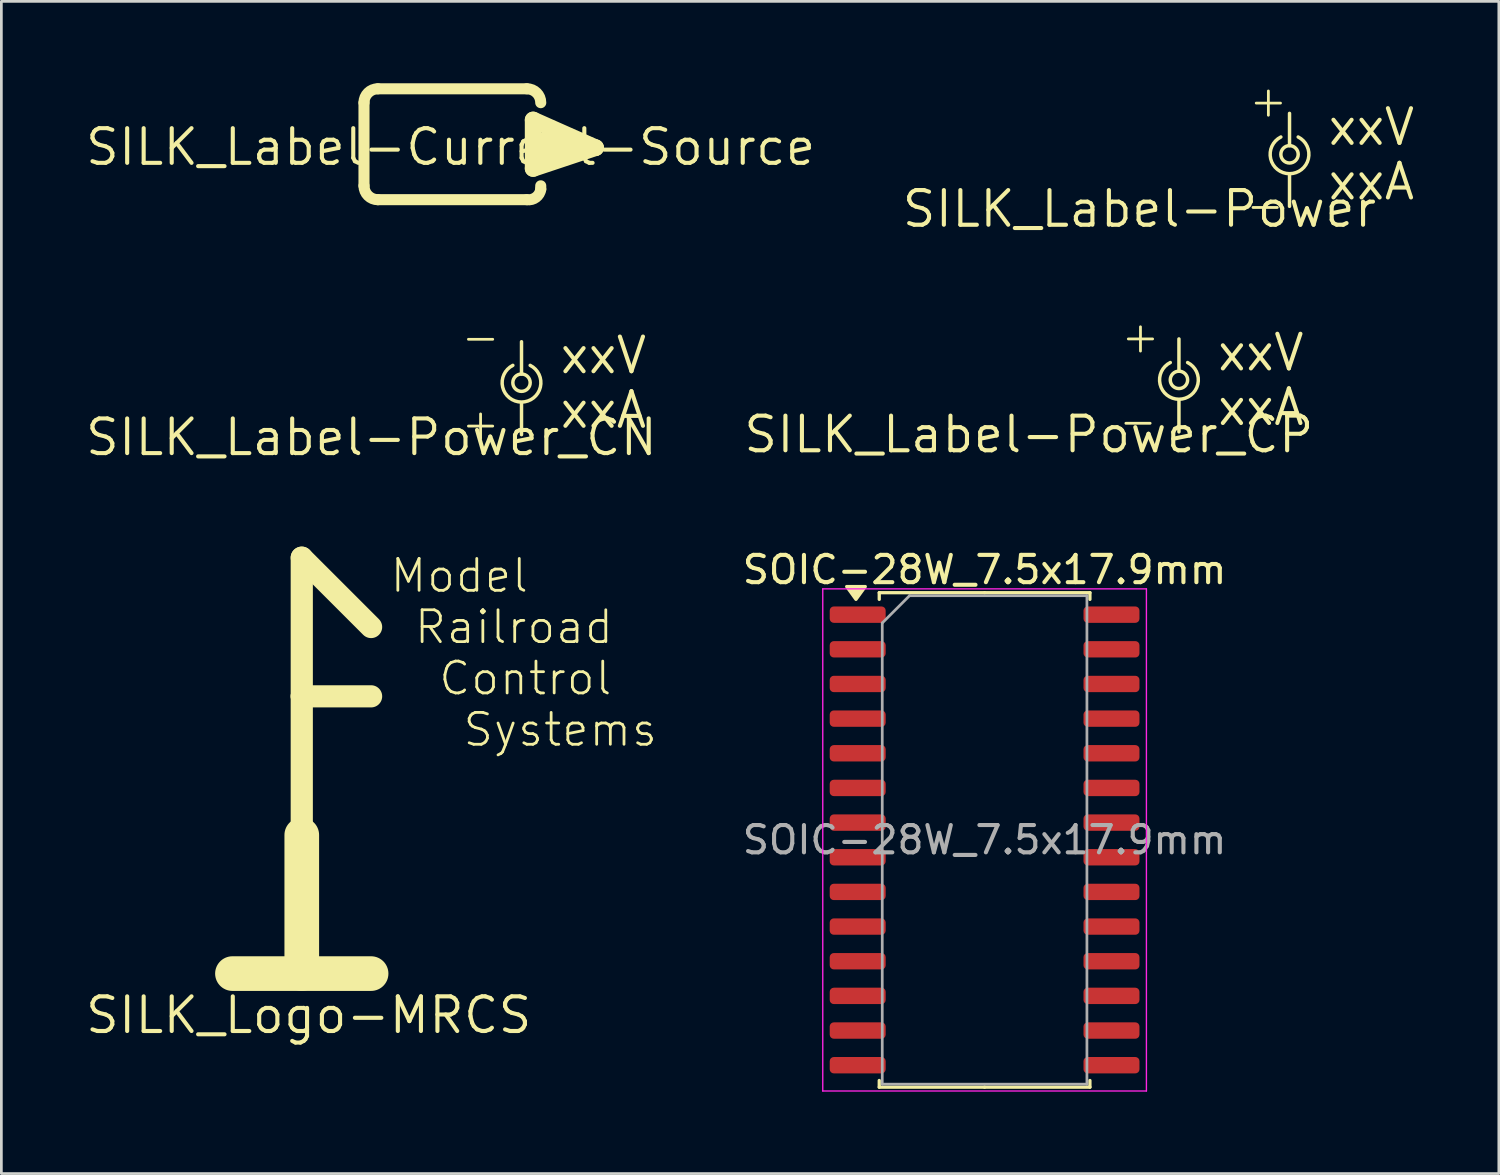
<source format=kicad_pcb>
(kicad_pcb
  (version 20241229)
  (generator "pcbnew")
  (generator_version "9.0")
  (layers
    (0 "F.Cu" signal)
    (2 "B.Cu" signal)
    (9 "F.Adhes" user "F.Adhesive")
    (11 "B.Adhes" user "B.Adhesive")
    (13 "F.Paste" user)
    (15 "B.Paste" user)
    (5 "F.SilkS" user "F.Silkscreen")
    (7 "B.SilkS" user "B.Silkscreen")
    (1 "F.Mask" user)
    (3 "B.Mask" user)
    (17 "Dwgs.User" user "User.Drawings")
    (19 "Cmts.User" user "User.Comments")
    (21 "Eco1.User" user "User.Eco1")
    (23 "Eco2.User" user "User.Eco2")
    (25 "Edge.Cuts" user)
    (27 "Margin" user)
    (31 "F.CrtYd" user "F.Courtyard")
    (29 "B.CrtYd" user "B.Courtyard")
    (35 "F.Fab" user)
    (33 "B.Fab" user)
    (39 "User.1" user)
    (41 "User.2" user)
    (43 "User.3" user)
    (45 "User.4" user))
  (footprint "SILK_Logo-MRCS"
    (layer "F.Cu")
    (at 8.008 32.626)
    (property "Reference" "SILK_Logo-MRCS" (at 0.254 1.524 0) (layer "F.SilkS") (effects (font (size 1.27 1.27) (thickness 0.15))))
    (attr exclude_from_pos_files exclude_from_bom allow_missing_courtyard dnp)
    (fp_line (start 0 -15.24) (end 2.54 -12.7) (stroke (width 0.813) (type solid)) (layer "F.SilkS"))
    (fp_line (start 0 -10.16) (end 0 -15.24) (stroke (width 0.813) (type solid)) (layer "F.SilkS"))
    (fp_line (start 0 -10.16) (end 2.54 -10.16) (stroke (width 0.813) (type solid)) (layer "F.SilkS"))
    (fp_line (start 0 -5.08) (end 0 -10.16) (stroke (width 0.813) (type solid)) (layer "F.SilkS"))
    (fp_line (start 0 0) (end 0 -5.08) (stroke (width 1.27) (type solid)) (layer "F.SilkS"))
    (fp_line (start 2.54 0) (end -2.54 0) (stroke (width 1.27) (type solid)) (layer "F.SilkS"))
    (fp_text user "Model\n Railroad\n  Control\n   Systems" (at 3.175 -8.255 0) (unlocked yes) (layer "F.SilkS") (effects (font (size 1.168 1.168) (thickness 0.102)) (justify left bottom))))
  (footprint "SOIC-28W_7.5x17.9mm"
    (layer "F.Cu")
    (at 33.029 27.728)
    (property "Reference" "SOIC-28W_7.5x17.9mm" (at 0 -9.9 0) (layer "F.SilkS") (effects (font (size 1 1) (thickness 0.15))))
    (attr smd)
    (fp_line (start -3.86 -9.06) (end -3.86 -8.815) (stroke (width 0.12) (type solid)) (layer "F.SilkS"))
    (fp_line (start -3.86 9.06) (end -3.86 8.815) (stroke (width 0.12) (type solid)) (layer "F.SilkS"))
    (fp_line (start 0 -9.06) (end -3.86 -9.06) (stroke (width 0.12) (type solid)) (layer "F.SilkS"))
    (fp_line (start 0 -9.06) (end 3.86 -9.06) (stroke (width 0.12) (type solid)) (layer "F.SilkS"))
    (fp_line (start 0 9.06) (end -3.86 9.06) (stroke (width 0.12) (type solid)) (layer "F.SilkS"))
    (fp_line (start 0 9.06) (end 3.86 9.06) (stroke (width 0.12) (type solid)) (layer "F.SilkS"))
    (fp_line (start 3.86 -9.06) (end 3.86 -8.815) (stroke (width 0.12) (type solid)) (layer "F.SilkS"))
    (fp_line (start 3.86 9.06) (end 3.86 8.815) (stroke (width 0.12) (type solid)) (layer "F.SilkS"))
    (fp_poly (pts (xy -4.713 -8.815) (xy -5.053 -9.285) (xy -4.372 -9.285) (xy -4.713 -8.815)) (stroke (width 0.12) (type solid)) (fill yes) (layer "F.SilkS"))
    (fp_line (start -5.93 -9.2) (end -5.93 9.2) (stroke (width 0.05) (type solid)) (layer "F.CrtYd"))
    (fp_line (start -5.93 9.2) (end 5.93 9.2) (stroke (width 0.05) (type solid)) (layer "F.CrtYd"))
    (fp_line (start 5.93 -9.2) (end -5.93 -9.2) (stroke (width 0.05) (type solid)) (layer "F.CrtYd"))
    (fp_line (start 5.93 9.2) (end 5.93 -9.2) (stroke (width 0.05) (type solid)) (layer "F.CrtYd"))
    (fp_line (start -3.75 -7.95) (end -2.75 -8.95) (stroke (width 0.1) (type solid)) (layer "F.Fab"))
    (fp_line (start -3.75 8.95) (end -3.75 -7.95) (stroke (width 0.1) (type solid)) (layer "F.Fab"))
    (fp_line (start -2.75 -8.95) (end 3.75 -8.95) (stroke (width 0.1) (type solid)) (layer "F.Fab"))
    (fp_line (start 3.75 -8.95) (end 3.75 8.95) (stroke (width 0.1) (type solid)) (layer "F.Fab"))
    (fp_line (start 3.75 8.95) (end -3.75 8.95) (stroke (width 0.1) (type solid)) (layer "F.Fab"))
    (fp_text user "${REFERENCE}" (at 0 0 0) (layer "F.Fab") (effects (font (size 1 1) (thickness 0.15))))
    (pad "1" smd roundrect (at -4.65 -8.255) (size 2.05 0.6) (layers "F.Cu" "F.Mask" "F.Paste") (roundrect_rratio 0.25))
    (pad "2" smd roundrect (at -4.65 -6.985) (size 2.05 0.6) (layers "F.Cu" "F.Mask" "F.Paste") (roundrect_rratio 0.25))
    (pad "3" smd roundrect (at -4.65 -5.715) (size 2.05 0.6) (layers "F.Cu" "F.Mask" "F.Paste") (roundrect_rratio 0.25))
    (pad "4" smd roundrect (at -4.65 -4.445) (size 2.05 0.6) (layers "F.Cu" "F.Mask" "F.Paste") (roundrect_rratio 0.25))
    (pad "5" smd roundrect (at -4.65 -3.175) (size 2.05 0.6) (layers "F.Cu" "F.Mask" "F.Paste") (roundrect_rratio 0.25))
    (pad "6" smd roundrect (at -4.65 -1.905) (size 2.05 0.6) (layers "F.Cu" "F.Mask" "F.Paste") (roundrect_rratio 0.25))
    (pad "7" smd roundrect (at -4.65 -0.635) (size 2.05 0.6) (layers "F.Cu" "F.Mask" "F.Paste") (roundrect_rratio 0.25))
    (pad "8" smd roundrect (at -4.65 0.635) (size 2.05 0.6) (layers "F.Cu" "F.Mask" "F.Paste") (roundrect_rratio 0.25))
    (pad "9" smd roundrect (at -4.65 1.905) (size 2.05 0.6) (layers "F.Cu" "F.Mask" "F.Paste") (roundrect_rratio 0.25))
    (pad "10" smd roundrect (at -4.65 3.175) (size 2.05 0.6) (layers "F.Cu" "F.Mask" "F.Paste") (roundrect_rratio 0.25))
    (pad "11" smd roundrect (at -4.65 4.445) (size 2.05 0.6) (layers "F.Cu" "F.Mask" "F.Paste") (roundrect_rratio 0.25))
    (pad "12" smd roundrect (at -4.65 5.715) (size 2.05 0.6) (layers "F.Cu" "F.Mask" "F.Paste") (roundrect_rratio 0.25))
    (pad "13" smd roundrect (at -4.65 6.985) (size 2.05 0.6) (layers "F.Cu" "F.Mask" "F.Paste") (roundrect_rratio 0.25))
    (pad "14" smd roundrect (at -4.65 8.255) (size 2.05 0.6) (layers "F.Cu" "F.Mask" "F.Paste") (roundrect_rratio 0.25))
    (pad "15" smd roundrect (at 4.65 8.255) (size 2.05 0.6) (layers "F.Cu" "F.Mask" "F.Paste") (roundrect_rratio 0.25))
    (pad "16" smd roundrect (at 4.65 6.985) (size 2.05 0.6) (layers "F.Cu" "F.Mask" "F.Paste") (roundrect_rratio 0.25))
    (pad "17" smd roundrect (at 4.65 5.715) (size 2.05 0.6) (layers "F.Cu" "F.Mask" "F.Paste") (roundrect_rratio 0.25))
    (pad "18" smd roundrect (at 4.65 4.445) (size 2.05 0.6) (layers "F.Cu" "F.Mask" "F.Paste") (roundrect_rratio 0.25))
    (pad "19" smd roundrect (at 4.65 3.175) (size 2.05 0.6) (layers "F.Cu" "F.Mask" "F.Paste") (roundrect_rratio 0.25))
    (pad "20" smd roundrect (at 4.65 1.905) (size 2.05 0.6) (layers "F.Cu" "F.Mask" "F.Paste") (roundrect_rratio 0.25))
    (pad "21" smd roundrect (at 4.65 0.635) (size 2.05 0.6) (layers "F.Cu" "F.Mask" "F.Paste") (roundrect_rratio 0.25))
    (pad "22" smd roundrect (at 4.65 -0.635) (size 2.05 0.6) (layers "F.Cu" "F.Mask" "F.Paste") (roundrect_rratio 0.25))
    (pad "23" smd roundrect (at 4.65 -1.905) (size 2.05 0.6) (layers "F.Cu" "F.Mask" "F.Paste") (roundrect_rratio 0.25))
    (pad "24" smd roundrect (at 4.65 -3.175) (size 2.05 0.6) (layers "F.Cu" "F.Mask" "F.Paste") (roundrect_rratio 0.25))
    (pad "25" smd roundrect (at 4.65 -4.445) (size 2.05 0.6) (layers "F.Cu" "F.Mask" "F.Paste") (roundrect_rratio 0.25))
    (pad "26" smd roundrect (at 4.65 -5.715) (size 2.05 0.6) (layers "F.Cu" "F.Mask" "F.Paste") (roundrect_rratio 0.25))
    (pad "27" smd roundrect (at 4.65 -6.985) (size 2.05 0.6) (layers "F.Cu" "F.Mask" "F.Paste") (roundrect_rratio 0.25))
    (pad "28" smd roundrect (at 4.65 -8.255) (size 2.05 0.6) (layers "F.Cu" "F.Mask" "F.Paste") (roundrect_rratio 0.25)))
  (footprint "SILK_Label-Power_CN"
    (layer "F.Cu")
    (at 16.06 10.973)
    (property "Reference" "SILK_Label-Power_CN" (at -5.5 2 0) (layer "F.SilkS") (effects (font (size 1.27 1.27) (thickness 0.15))))
    (property "Voltage" "xxV" (at 3 -1 0) (layer "F.SilkS") (effects (font (size 1.27 1.27) (thickness 0.15))))
    (property "Amperage" "xxA" (at 3 1 0) (layer "F.SilkS") (effects (font (size 1.27 1.27) (thickness 0.15))))
    (fp_line (start 0 -0.318) (end 0 -1.5) (stroke (width 0.127) (type solid)) (layer "F.SilkS"))
    (fp_line (start 0 0.737) (end 0 1.905) (stroke (width 0.127) (type solid)) (layer "F.SilkS"))
    (fp_arc (start 0.3175 -0.635) (mid 0 0.709952) (end -0.3175 -0.635) (stroke (width 0.127) (type solid)) (layer "F.SilkS"))
    (fp_circle (center 0 0) (end 0.318 0) (stroke (width 0.127) (type solid)) (fill no) (layer "F.SilkS"))
    (fp_text user "-" (at -1.5 -1.5 180) (unlocked yes) (layer "F.SilkS") (effects (font (size 1.168 1.168) (thickness 0.102))))
    (fp_text user "+" (at -1.5 1.5 0) (unlocked yes) (layer "F.SilkS") (effects (font (size 1.168 1.168) (thickness 0.102)))))
  (footprint "SILK_Label-Power_CP"
    (layer "F.Cu")
    (at 40.151 10.87)
    (property "Reference" "SILK_Label-Power_CP" (at -5.5 2 0) (layer "F.SilkS") (effects (font (size 1.27 1.27) (thickness 0.15))))
    (property "Voltage" "xxV" (at 3 -1 0) (layer "F.SilkS") (effects (font (size 1.27 1.27) (thickness 0.15))))
    (property "Amperage" "xxA" (at 3 1 0) (layer "F.SilkS") (effects (font (size 1.27 1.27) (thickness 0.15))))
    (fp_line (start 0 -0.318) (end 0 -1.5) (stroke (width 0.127) (type solid)) (layer "F.SilkS"))
    (fp_line (start 0 0.737) (end 0 1.905) (stroke (width 0.127) (type solid)) (layer "F.SilkS"))
    (fp_arc (start 0.3175 -0.635) (mid 0 0.709952) (end -0.3175 -0.635) (stroke (width 0.127) (type solid)) (layer "F.SilkS"))
    (fp_circle (center 0 0) (end 0.318 0) (stroke (width 0.127) (type solid)) (fill no) (layer "F.SilkS"))
    (fp_text user "-" (at -1.5 1.5 0) (unlocked yes) (layer "F.SilkS") (effects (font (size 1.168 1.168) (thickness 0.102))))
    (fp_text user "+" (at -1.5 -1.5 90) (unlocked yes) (layer "F.SilkS") (effects (font (size 1.168 1.168) (thickness 0.102)))))
  (footprint "SILK_Label-Current-Source"
    (layer "F.Cu")
    (at 13.463 2.337)
    (property "Reference" "SILK_Label-Current-Source" (at 0 0 0) (layer "F.SilkS") (effects (font (size 1.27 1.27) (thickness 0.15))))
    (fp_line (start -3.175 1.422) (end -3.175 -1.626) (stroke (width 0.406) (type solid)) (layer "F.SilkS"))
    (fp_line (start -2.667 -2.134) (end 2.794 -2.134) (stroke (width 0.406) (type solid)) (layer "F.SilkS"))
    (fp_line (start 2.794 1.93) (end -2.667 1.93) (stroke (width 0.406) (type solid)) (layer "F.SilkS"))
    (fp_line (start 3.023 -0.991) (end 3.023 0.787) (stroke (width 0.61) (type solid)) (layer "F.SilkS"))
    (fp_line (start 3.023 0.787) (end 5.309 0.025) (stroke (width 0.61) (type solid)) (layer "F.SilkS"))
    (fp_line (start 3.302 1.422) (end 3.302 1.549) (stroke (width 0.406) (type solid)) (layer "F.SilkS"))
    (fp_line (start 3.404 -0.229) (end 3.404 0.279) (stroke (width 0.61) (type solid)) (layer "F.SilkS"))
    (fp_line (start 3.404 0.279) (end 3.785 0.025) (stroke (width 0.61) (type solid)) (layer "F.SilkS"))
    (fp_line (start 5.309 0.025) (end 3.023 -0.991) (stroke (width 0.61) (type solid)) (layer "F.SilkS"))
    (fp_line (start 5.309 0.025) (end 3.404 -0.229) (stroke (width 0.61) (type solid)) (layer "F.SilkS"))
    (fp_arc (start -3.175 -1.6256) (mid -3.02621 -1.98481) (end -2.667 -2.1336) (stroke (width 0.4064) (type solid)) (layer "F.SilkS"))
    (fp_arc (start -2.667 1.9304) (mid -3.02621 1.78161) (end -3.175 1.4224) (stroke (width 0.4064) (type solid)) (layer "F.SilkS"))
    (fp_arc (start 2.794 -2.1336) (mid 3.15321 -1.98481) (end 3.302 -1.6256) (stroke (width 0.4064) (type solid)) (layer "F.SilkS"))
    (fp_arc (start 3.302 1.5494) (mid 3.126908 1.84511) (end 2.794 1.9304) (stroke (width 0.4064) (type solid)) (layer "F.SilkS")))
  (footprint "SILK_Label-Power"
    (layer "F.Cu")
    (at 44.203 2.605)
    (property "Reference" "SILK_Label-Power" (at -5.5 2 0) (layer "F.SilkS") (effects (font (size 1.27 1.27) (thickness 0.15))))
    (property "Voltage" "xxV" (at 3 -1 0) (layer "F.SilkS") (effects (font (size 1.27 1.27) (thickness 0.15))))
    (property "Amperage" "xxA" (at 3 1 0) (layer "F.SilkS") (effects (font (size 1.27 1.27) (thickness 0.15))))
    (fp_line (start 0 -0.318) (end 0 -1.5) (stroke (width 0.127) (type solid)) (layer "F.SilkS"))
    (fp_line (start 0 0.737) (end 0 1.905) (stroke (width 0.127) (type solid)) (layer "F.SilkS"))
    (fp_arc (start 0.3175 -0.635) (mid 0 0.709952) (end -0.3175 -0.635) (stroke (width 0.127) (type solid)) (layer "F.SilkS"))
    (fp_circle (center 0 0) (end 0.318 0) (stroke (width 0.127) (type solid)) (fill no) (layer "F.SilkS"))
    (fp_text user "-" (at -1.683 2.54 0) (unlocked yes) (layer "F.SilkS") (effects (font (size 1.168 1.168) (thickness 0.102)) (justify left bottom)))
    (fp_text user "+" (at -0.182 -1.087 90) (unlocked yes) (layer "F.SilkS") (effects (font (size 1.168 1.168) (thickness 0.102)) (justify left bottom))))
  (gr_rect
    (start -3 -3)
    (end 51.873 39.953)
    (stroke (width 0.1) (type default))
    (fill no)
    (layer "Edge.Cuts")))
</source>
